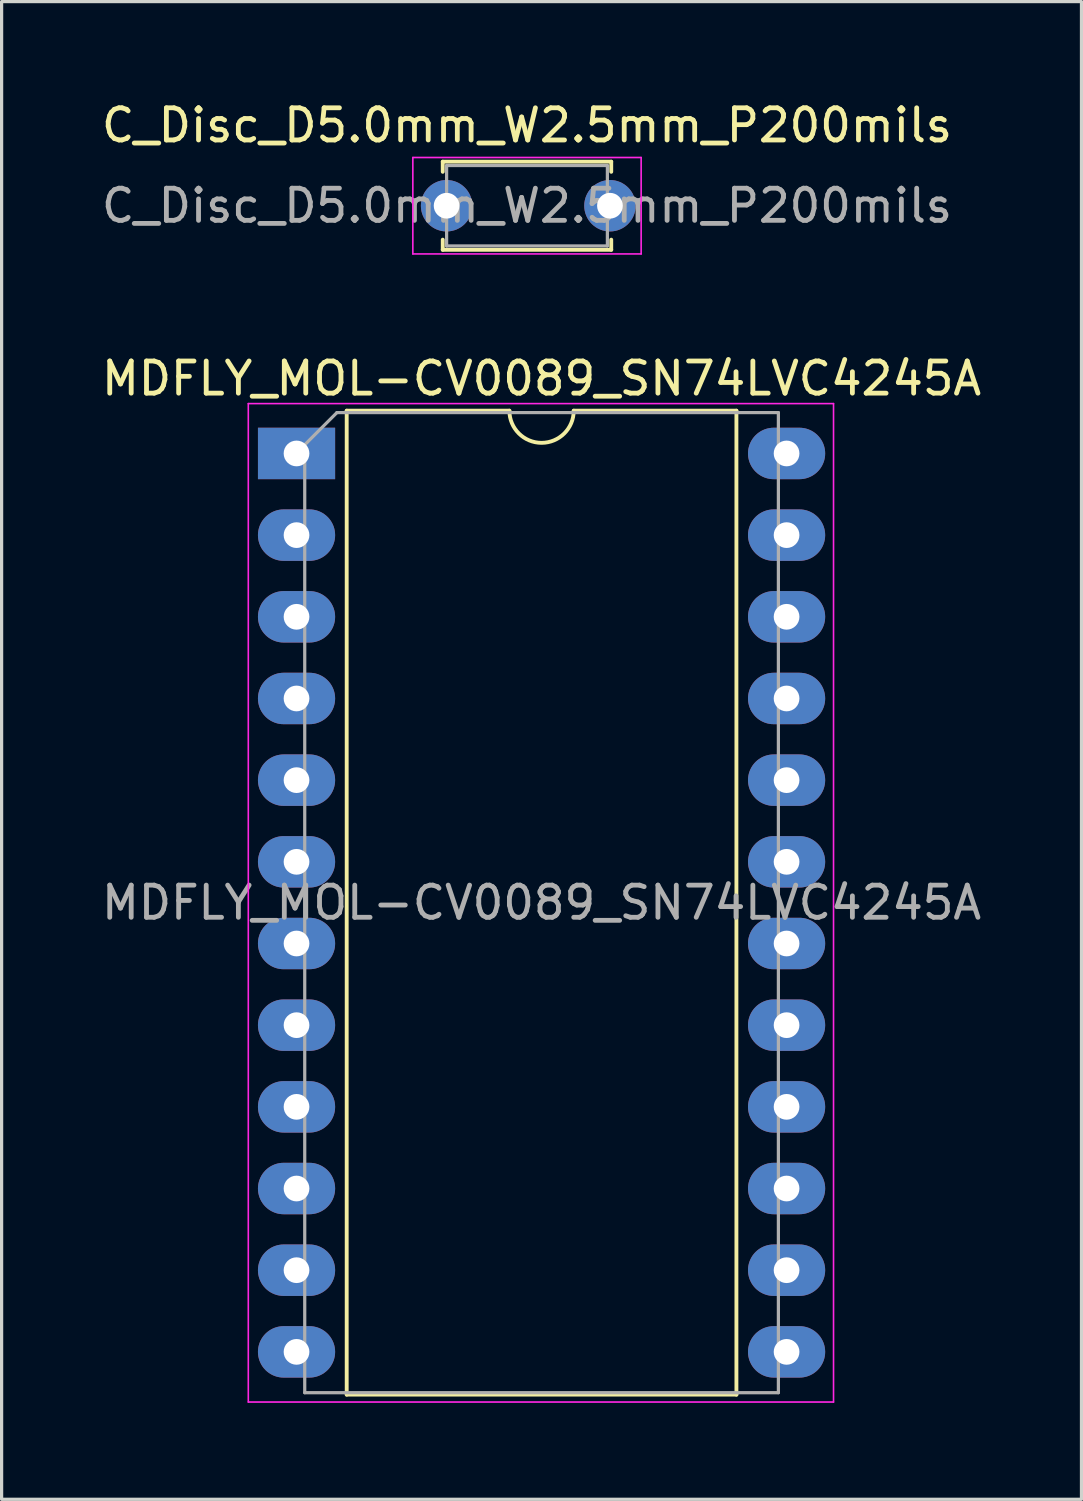
<source format=kicad_pcb>
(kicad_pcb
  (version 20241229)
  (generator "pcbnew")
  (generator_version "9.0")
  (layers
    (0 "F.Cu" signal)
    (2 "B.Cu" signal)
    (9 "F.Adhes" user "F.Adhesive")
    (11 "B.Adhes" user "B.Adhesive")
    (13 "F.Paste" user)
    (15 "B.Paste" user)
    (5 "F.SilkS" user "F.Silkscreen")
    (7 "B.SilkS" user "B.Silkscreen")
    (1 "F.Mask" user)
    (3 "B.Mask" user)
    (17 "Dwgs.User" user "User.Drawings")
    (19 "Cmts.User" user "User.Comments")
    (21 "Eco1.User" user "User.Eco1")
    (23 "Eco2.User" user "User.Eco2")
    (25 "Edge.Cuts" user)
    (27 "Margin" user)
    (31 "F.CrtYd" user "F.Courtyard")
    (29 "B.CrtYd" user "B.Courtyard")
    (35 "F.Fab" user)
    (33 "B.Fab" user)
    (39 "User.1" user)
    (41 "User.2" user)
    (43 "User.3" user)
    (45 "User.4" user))
  (footprint "MDFLY_MOL-CV0089_SN74LVC4245A"
    (layer "F.Cu")
    (at 6.172 11.052)
    (property "Reference" "MDFLY_MOL-CV0089_SN74LVC4245A" (at 7.62 -2.33 0) (layer "F.SilkS") (effects (font (size 1 1) (thickness 0.15))))
    (attr through_hole)
    (fp_line (start 1.56 -1.33) (end 1.56 29.27) (stroke (width 0.12) (type solid)) (layer "F.SilkS"))
    (fp_line (start 1.56 29.27) (end 13.68 29.27) (stroke (width 0.12) (type solid)) (layer "F.SilkS"))
    (fp_line (start 6.62 -1.33) (end 1.56 -1.33) (stroke (width 0.12) (type solid)) (layer "F.SilkS"))
    (fp_line (start 13.68 -1.33) (end 8.62 -1.33) (stroke (width 0.12) (type solid)) (layer "F.SilkS"))
    (fp_line (start 13.68 29.27) (end 13.68 -1.33) (stroke (width 0.12) (type solid)) (layer "F.SilkS"))
    (fp_arc (start 8.62 -1.33) (mid 7.62 -0.33) (end 6.62 -1.33) (stroke (width 0.12) (type solid)) (layer "F.SilkS"))
    (fp_line (start -1.5 -1.55) (end -1.5 29.5) (stroke (width 0.05) (type solid)) (layer "F.CrtYd"))
    (fp_line (start -1.5 29.5) (end 16.7 29.5) (stroke (width 0.05) (type solid)) (layer "F.CrtYd"))
    (fp_line (start 16.7 -1.55) (end -1.5 -1.55) (stroke (width 0.05) (type solid)) (layer "F.CrtYd"))
    (fp_line (start 16.7 29.5) (end 16.7 -1.55) (stroke (width 0.05) (type solid)) (layer "F.CrtYd"))
    (fp_line (start 0.255 -0.27) (end 1.255 -1.27) (stroke (width 0.1) (type solid)) (layer "F.Fab"))
    (fp_line (start 0.255 29.21) (end 0.255 -0.27) (stroke (width 0.1) (type solid)) (layer "F.Fab"))
    (fp_line (start 1.255 -1.27) (end 14.985 -1.27) (stroke (width 0.1) (type solid)) (layer "F.Fab"))
    (fp_line (start 14.985 -1.27) (end 14.985 29.21) (stroke (width 0.1) (type solid)) (layer "F.Fab"))
    (fp_line (start 14.985 29.21) (end 0.255 29.21) (stroke (width 0.1) (type solid)) (layer "F.Fab"))
    (fp_text user "${REFERENCE}" (at 7.62 13.97 0) (layer "F.Fab") (effects (font (size 1 1) (thickness 0.15))))
    (pad "1" thru_hole rect (at 0 0) (size 2.4 1.6) (drill 0.8) (layers "*.Cu" "*.Mask"))
    (pad "2" thru_hole oval (at 0 7.62) (size 2.4 1.6) (drill 0.8) (layers "*.Cu" "*.Mask"))
    (pad "3" thru_hole oval (at 0 10.16) (size 2.4 1.6) (drill 0.8) (layers "*.Cu" "*.Mask"))
    (pad "4" thru_hole oval (at 0 12.7) (size 2.4 1.6) (drill 0.8) (layers "*.Cu" "*.Mask"))
    (pad "5" thru_hole oval (at 0 15.24) (size 2.4 1.6) (drill 0.8) (layers "*.Cu" "*.Mask"))
    (pad "6" thru_hole oval (at 0 17.78) (size 2.4 1.6) (drill 0.8) (layers "*.Cu" "*.Mask"))
    (pad "7" thru_hole oval (at 0 20.32) (size 2.4 1.6) (drill 0.8) (layers "*.Cu" "*.Mask"))
    (pad "8" thru_hole oval (at 0 22.86) (size 2.4 1.6) (drill 0.8) (layers "*.Cu" "*.Mask"))
    (pad "9" thru_hole oval (at 0 25.4) (size 2.4 1.6) (drill 0.8) (layers "*.Cu" "*.Mask"))
    (pad "10" thru_hole oval (at 0 27.94) (size 2.4 1.6) (drill 0.8) (layers "*.Cu" "*.Mask"))
    (pad "11" thru_hole oval (at 0 2.54) (size 2.4 1.6) (drill 0.8) (layers "*.Cu" "*.Mask"))
    (pad "12" thru_hole oval (at 15.24 27.94) (size 2.4 1.6) (drill 0.8) (layers "*.Cu" "*.Mask"))
    (pad "13" thru_hole oval (at 15.24 5.08) (size 2.4 1.6) (drill 0.8) (layers "*.Cu" "*.Mask"))
    (pad "14" thru_hole oval (at 15.24 25.4) (size 2.4 1.6) (drill 0.8) (layers "*.Cu" "*.Mask"))
    (pad "15" thru_hole oval (at 15.24 22.86) (size 2.4 1.6) (drill 0.8) (layers "*.Cu" "*.Mask"))
    (pad "16" thru_hole oval (at 15.24 20.32) (size 2.4 1.6) (drill 0.8) (layers "*.Cu" "*.Mask"))
    (pad "17" thru_hole oval (at 15.24 17.78) (size 2.4 1.6) (drill 0.8) (layers "*.Cu" "*.Mask"))
    (pad "18" thru_hole oval (at 15.24 15.24) (size 2.4 1.6) (drill 0.8) (layers "*.Cu" "*.Mask"))
    (pad "19" thru_hole oval (at 15.24 12.7) (size 2.4 1.6) (drill 0.8) (layers "*.Cu" "*.Mask"))
    (pad "20" thru_hole oval (at 15.24 10.16) (size 2.4 1.6) (drill 0.8) (layers "*.Cu" "*.Mask"))
    (pad "21" thru_hole oval (at 15.24 7.62) (size 2.4 1.6) (drill 0.8) (layers "*.Cu" "*.Mask"))
    (pad "22" thru_hole oval (at 0 5.08) (size 2.4 1.6) (drill 0.8) (layers "*.Cu" "*.Mask"))
    (pad "23" thru_hole oval (at 15.24 0) (size 2.4 1.6) (drill 0.8) (layers "*.Cu" "*.Mask"))
    (pad "24" thru_hole oval (at 15.24 2.54) (size 2.4 1.6) (drill 0.8) (layers "*.Cu" "*.Mask")))
  (footprint "C_Disc_D5.0mm_W2.5mm_P200mils"
    (layer "F.Cu")
    (at 10.839 3.348)
    (property "Reference" "C_Disc_D5.0mm_W2.5mm_P200mils" (at 2.5 -2.5 0) (layer "F.SilkS") (effects (font (size 1 1) (thickness 0.15))))
    (attr through_hole)
    (fp_line (start -0.12 -1.37) (end -0.12 -1.055) (stroke (width 0.12) (type solid)) (layer "F.SilkS"))
    (fp_line (start -0.12 -1.37) (end 5.12 -1.37) (stroke (width 0.12) (type solid)) (layer "F.SilkS"))
    (fp_line (start -0.12 1.055) (end -0.12 1.37) (stroke (width 0.12) (type solid)) (layer "F.SilkS"))
    (fp_line (start -0.12 1.37) (end 5.12 1.37) (stroke (width 0.12) (type solid)) (layer "F.SilkS"))
    (fp_line (start 5.12 -1.37) (end 5.12 -1.055) (stroke (width 0.12) (type solid)) (layer "F.SilkS"))
    (fp_line (start 5.12 1.055) (end 5.12 1.37) (stroke (width 0.12) (type solid)) (layer "F.SilkS"))
    (fp_line (start -1.05 -1.5) (end -1.05 1.5) (stroke (width 0.05) (type solid)) (layer "F.CrtYd"))
    (fp_line (start -1.05 1.5) (end 6.05 1.5) (stroke (width 0.05) (type solid)) (layer "F.CrtYd"))
    (fp_line (start 6.05 -1.5) (end -1.05 -1.5) (stroke (width 0.05) (type solid)) (layer "F.CrtYd"))
    (fp_line (start 6.05 1.5) (end 6.05 -1.5) (stroke (width 0.05) (type solid)) (layer "F.CrtYd"))
    (fp_line (start 0 -1.25) (end 0 1.25) (stroke (width 0.1) (type solid)) (layer "F.Fab"))
    (fp_line (start 0 1.25) (end 5 1.25) (stroke (width 0.1) (type solid)) (layer "F.Fab"))
    (fp_line (start 5 -1.25) (end 0 -1.25) (stroke (width 0.1) (type solid)) (layer "F.Fab"))
    (fp_line (start 5 1.25) (end 5 -1.25) (stroke (width 0.1) (type solid)) (layer "F.Fab"))
    (fp_text user "${REFERENCE}" (at 2.5 0 0) (layer "F.Fab") (effects (font (size 1 1) (thickness 0.15))))
    (pad "1" thru_hole circle (at 0 0) (size 1.6 1.6) (drill 0.8) (layers "*.Cu" "*.Mask"))
    (pad "2" thru_hole circle (at 5.08 0) (size 1.6 1.6) (drill 0.8) (layers "*.Cu" "*.Mask")))
  (gr_rect
    (start -3 -3)
    (end 30.583 43.577)
    (stroke (width 0.1) (type default))
    (fill no)
    (layer "Edge.Cuts")))
</source>
